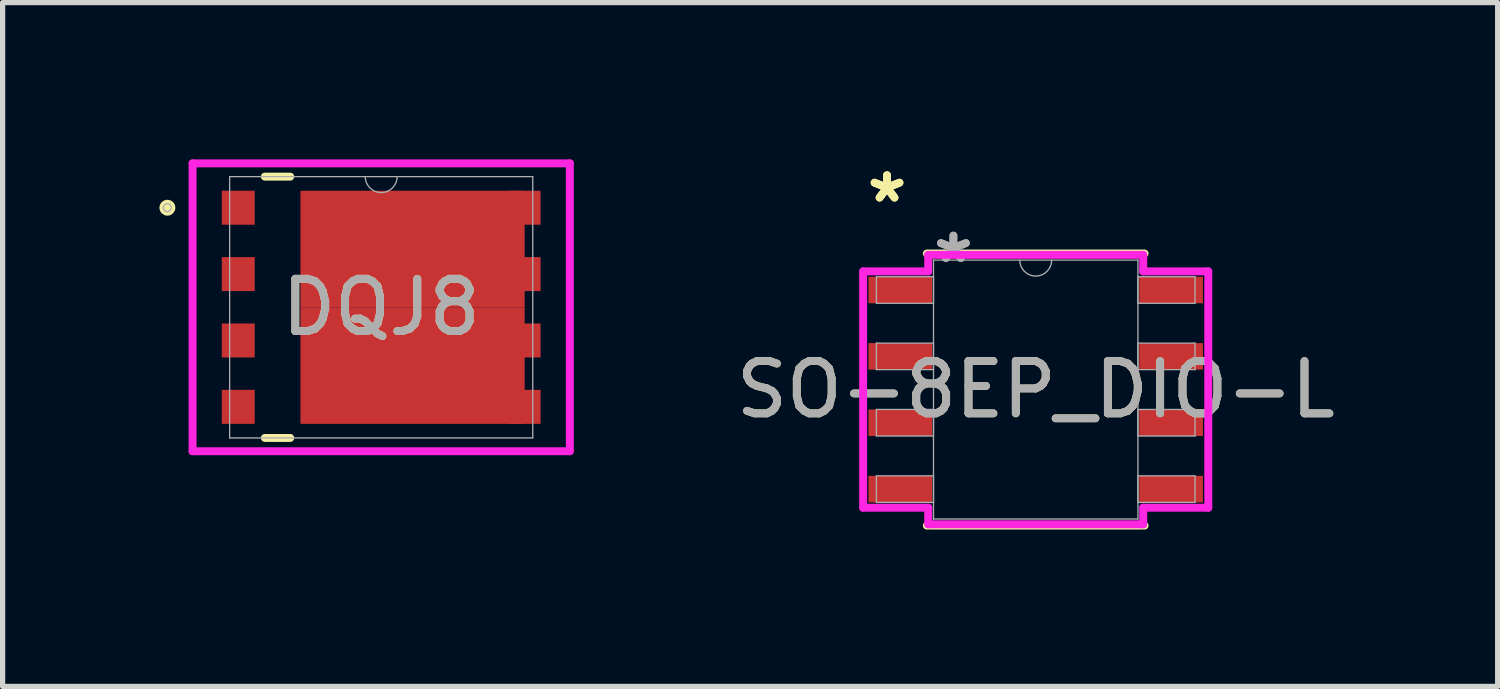
<source format=kicad_pcb>
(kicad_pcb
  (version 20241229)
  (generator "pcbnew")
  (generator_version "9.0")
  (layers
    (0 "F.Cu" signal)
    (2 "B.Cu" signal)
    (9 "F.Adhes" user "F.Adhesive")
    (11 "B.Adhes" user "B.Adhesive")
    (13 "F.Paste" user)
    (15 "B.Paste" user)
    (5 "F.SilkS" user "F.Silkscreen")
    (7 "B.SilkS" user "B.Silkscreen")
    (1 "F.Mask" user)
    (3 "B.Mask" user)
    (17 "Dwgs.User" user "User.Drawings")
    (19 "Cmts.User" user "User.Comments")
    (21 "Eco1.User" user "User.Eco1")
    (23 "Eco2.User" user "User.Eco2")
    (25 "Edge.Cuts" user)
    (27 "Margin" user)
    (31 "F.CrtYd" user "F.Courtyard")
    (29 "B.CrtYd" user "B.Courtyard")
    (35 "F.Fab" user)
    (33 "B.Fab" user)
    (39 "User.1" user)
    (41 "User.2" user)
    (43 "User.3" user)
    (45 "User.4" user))
  (footprint "SO-8EP_DIO-L"
    (layer "F.Cu")
    (at 16.768 4.404)
    (property "Reference" "SO-8EP_DIO-L" (at 0 0 0) (unlocked yes) (layer "F.SilkS") (effects (font (size 1 1) (thickness 0.15))))
    (attr smd)
    (fp_line (start -2.083 2.603) (end 2.083 2.603) (stroke (width 0.152) (type solid)) (layer "F.SilkS"))
    (fp_line (start 2.083 -2.603) (end -2.083 -2.603) (stroke (width 0.152) (type solid)) (layer "F.SilkS"))
    (fp_line (start -3.302 -2.261) (end -2.057 -2.261) (stroke (width 0.152) (type solid)) (layer "F.CrtYd"))
    (fp_line (start -3.302 2.261) (end -3.302 -2.261) (stroke (width 0.152) (type solid)) (layer "F.CrtYd"))
    (fp_line (start -3.302 2.261) (end -2.057 2.261) (stroke (width 0.152) (type solid)) (layer "F.CrtYd"))
    (fp_line (start -2.057 -2.578) (end 2.057 -2.578) (stroke (width 0.152) (type solid)) (layer "F.CrtYd"))
    (fp_line (start -2.057 -2.261) (end -2.057 -2.578) (stroke (width 0.152) (type solid)) (layer "F.CrtYd"))
    (fp_line (start -2.057 2.578) (end -2.057 2.261) (stroke (width 0.152) (type solid)) (layer "F.CrtYd"))
    (fp_line (start 2.057 -2.578) (end 2.057 -2.261) (stroke (width 0.152) (type solid)) (layer "F.CrtYd"))
    (fp_line (start 2.057 2.261) (end 2.057 2.578) (stroke (width 0.152) (type solid)) (layer "F.CrtYd"))
    (fp_line (start 2.057 2.578) (end -2.057 2.578) (stroke (width 0.152) (type solid)) (layer "F.CrtYd"))
    (fp_line (start 3.302 -2.261) (end 2.057 -2.261) (stroke (width 0.152) (type solid)) (layer "F.CrtYd"))
    (fp_line (start 3.302 -2.261) (end 3.302 2.261) (stroke (width 0.152) (type solid)) (layer "F.CrtYd"))
    (fp_line (start 3.302 2.261) (end 2.057 2.261) (stroke (width 0.152) (type solid)) (layer "F.CrtYd"))
    (fp_line (start -3.048 -2.159) (end -3.048 -1.651) (stroke (width 0.025) (type solid)) (layer "F.Fab"))
    (fp_line (start -3.048 -1.651) (end -1.956 -1.651) (stroke (width 0.025) (type solid)) (layer "F.Fab"))
    (fp_line (start -3.048 -0.889) (end -3.048 -0.381) (stroke (width 0.025) (type solid)) (layer "F.Fab"))
    (fp_line (start -3.048 -0.381) (end -1.956 -0.381) (stroke (width 0.025) (type solid)) (layer "F.Fab"))
    (fp_line (start -3.048 0.381) (end -3.048 0.889) (stroke (width 0.025) (type solid)) (layer "F.Fab"))
    (fp_line (start -3.048 0.889) (end -1.956 0.889) (stroke (width 0.025) (type solid)) (layer "F.Fab"))
    (fp_line (start -3.048 1.651) (end -3.048 2.159) (stroke (width 0.025) (type solid)) (layer "F.Fab"))
    (fp_line (start -3.048 2.159) (end -1.956 2.159) (stroke (width 0.025) (type solid)) (layer "F.Fab"))
    (fp_line (start -1.956 -2.477) (end -1.956 2.477) (stroke (width 0.025) (type solid)) (layer "F.Fab"))
    (fp_line (start -1.956 -2.159) (end -3.048 -2.159) (stroke (width 0.025) (type solid)) (layer "F.Fab"))
    (fp_line (start -1.956 -1.651) (end -1.956 -2.159) (stroke (width 0.025) (type solid)) (layer "F.Fab"))
    (fp_line (start -1.956 -0.889) (end -3.048 -0.889) (stroke (width 0.025) (type solid)) (layer "F.Fab"))
    (fp_line (start -1.956 -0.381) (end -1.956 -0.889) (stroke (width 0.025) (type solid)) (layer "F.Fab"))
    (fp_line (start -1.956 0.381) (end -3.048 0.381) (stroke (width 0.025) (type solid)) (layer "F.Fab"))
    (fp_line (start -1.956 0.889) (end -1.956 0.381) (stroke (width 0.025) (type solid)) (layer "F.Fab"))
    (fp_line (start -1.956 1.651) (end -3.048 1.651) (stroke (width 0.025) (type solid)) (layer "F.Fab"))
    (fp_line (start -1.956 2.159) (end -1.956 1.651) (stroke (width 0.025) (type solid)) (layer "F.Fab"))
    (fp_line (start -1.956 2.477) (end 1.956 2.477) (stroke (width 0.025) (type solid)) (layer "F.Fab"))
    (fp_line (start 1.956 -2.477) (end -1.956 -2.477) (stroke (width 0.025) (type solid)) (layer "F.Fab"))
    (fp_line (start 1.956 -2.159) (end 1.956 -1.651) (stroke (width 0.025) (type solid)) (layer "F.Fab"))
    (fp_line (start 1.956 -1.651) (end 3.048 -1.651) (stroke (width 0.025) (type solid)) (layer "F.Fab"))
    (fp_line (start 1.956 -0.889) (end 1.956 -0.381) (stroke (width 0.025) (type solid)) (layer "F.Fab"))
    (fp_line (start 1.956 -0.381) (end 3.048 -0.381) (stroke (width 0.025) (type solid)) (layer "F.Fab"))
    (fp_line (start 1.956 0.381) (end 1.956 0.889) (stroke (width 0.025) (type solid)) (layer "F.Fab"))
    (fp_line (start 1.956 0.889) (end 3.048 0.889) (stroke (width 0.025) (type solid)) (layer "F.Fab"))
    (fp_line (start 1.956 1.651) (end 1.956 2.159) (stroke (width 0.025) (type solid)) (layer "F.Fab"))
    (fp_line (start 1.956 2.159) (end 3.048 2.159) (stroke (width 0.025) (type solid)) (layer "F.Fab"))
    (fp_line (start 1.956 2.477) (end 1.956 -2.477) (stroke (width 0.025) (type solid)) (layer "F.Fab"))
    (fp_line (start 3.048 -2.159) (end 1.956 -2.159) (stroke (width 0.025) (type solid)) (layer "F.Fab"))
    (fp_line (start 3.048 -1.651) (end 3.048 -2.159) (stroke (width 0.025) (type solid)) (layer "F.Fab"))
    (fp_line (start 3.048 -0.889) (end 1.956 -0.889) (stroke (width 0.025) (type solid)) (layer "F.Fab"))
    (fp_line (start 3.048 -0.381) (end 3.048 -0.889) (stroke (width 0.025) (type solid)) (layer "F.Fab"))
    (fp_line (start 3.048 0.381) (end 1.956 0.381) (stroke (width 0.025) (type solid)) (layer "F.Fab"))
    (fp_line (start 3.048 0.889) (end 3.048 0.381) (stroke (width 0.025) (type solid)) (layer "F.Fab"))
    (fp_line (start 3.048 1.651) (end 1.956 1.651) (stroke (width 0.025) (type solid)) (layer "F.Fab"))
    (fp_line (start 3.048 2.159) (end 3.048 1.651) (stroke (width 0.025) (type solid)) (layer "F.Fab"))
    (fp_arc (start 0.3048 -2.4765) (mid 0 -2.1717) (end -0.3048 -2.4765) (stroke (width 0.0254) (type solid)) (layer "F.Fab"))
    (fp_text user "*" (at -2.845 -3.556 0) (unlocked yes) (layer "F.SilkS") (effects (font (size 1 1) (thickness 0.15))))
    (fp_text user "*" (at -2.845 -3.556 0) (layer "F.SilkS") (effects (font (size 1 1) (thickness 0.15))))
    (fp_text user "*" (at -1.575 -2.4 0) (unlocked yes) (layer "F.Fab") (effects (font (size 1 1) (thickness 0.15))))
    (fp_text user "${REFERENCE}" (at 0 0 0) (unlocked yes) (layer "F.Fab") (effects (font (size 1 1) (thickness 0.15))))
    (fp_text user "*" (at -1.575 -2.4 0) (layer "F.Fab") (effects (font (size 1 1) (thickness 0.15))))
    (pad "1" smd rect (at -2.591 -1.905) (size 1.219 0.508) (layers "F.Cu" "F.Mask" "F.Paste"))
    (pad "2" smd rect (at -2.591 -0.635) (size 1.219 0.508) (layers "F.Cu" "F.Mask" "F.Paste"))
    (pad "3" smd rect (at -2.591 0.635) (size 1.219 0.508) (layers "F.Cu" "F.Mask" "F.Paste"))
    (pad "4" smd rect (at -2.591 1.905) (size 1.219 0.508) (layers "F.Cu" "F.Mask" "F.Paste"))
    (pad "5" smd rect (at 2.591 1.905) (size 1.219 0.508) (layers "F.Cu" "F.Mask" "F.Paste"))
    (pad "6" smd rect (at 2.591 0.635) (size 1.219 0.508) (layers "F.Cu" "F.Mask" "F.Paste"))
    (pad "7" smd rect (at 2.591 -0.635) (size 1.219 0.508) (layers "F.Cu" "F.Mask" "F.Paste"))
    (pad "8" smd rect (at 2.591 -1.905) (size 1.219 0.508) (layers "F.Cu" "F.Mask" "F.Paste")))
  (footprint "DQJ8"
    (layer "F.Cu")
    (at 4.244 2.83)
    (property "Reference" "DQJ8" (at 0 0 0) (unlocked yes) (layer "F.SilkS") (effects (font (size 1 1) (thickness 0.15))))
    (attr smd)
    (fp_poly (pts (xy 2.745 -2.23) (xy -1.545 -2.23) (xy -1.545 0) (xy 2.745 0)) (stroke (width 0) (type solid)) (fill yes) (layer "F.Cu"))
    (fp_poly (pts (xy 2.745 2.23) (xy -1.545 2.23) (xy -1.545 0) (xy 2.745 0)) (stroke (width 0) (type solid)) (fill yes) (layer "F.Cu"))
    (fp_poly (pts (xy -3.12 -2.3) (xy -3.12 -1.51) (xy -2.35 -1.51) (xy -2.35 -2.3)) (stroke (width 0) (type solid)) (fill yes) (layer "F.Mask"))
    (fp_poly (pts (xy -3.12 -1.03) (xy -3.12 -0.24) (xy -2.35 -0.24) (xy -2.35 -1.03)) (stroke (width 0) (type solid)) (fill yes) (layer "F.Mask"))
    (fp_poly (pts (xy -3.12 0.24) (xy -3.12 1.03) (xy -2.35 1.03) (xy -2.35 0.24)) (stroke (width 0) (type solid)) (fill yes) (layer "F.Mask"))
    (fp_poly (pts (xy -3.12 1.51) (xy -3.12 2.3) (xy -2.35 2.3) (xy -2.35 1.51)) (stroke (width 0) (type solid)) (fill yes) (layer "F.Mask"))
    (fp_poly (pts (xy 2.35 -2.3) (xy 2.35 -1.51) (xy 3.12 -1.51) (xy 3.12 -2.3)) (stroke (width 0) (type solid)) (fill yes) (layer "F.Mask"))
    (fp_poly (pts (xy 2.35 -1.03) (xy 2.35 -0.24) (xy 3.12 -0.24) (xy 3.12 -1.03)) (stroke (width 0) (type solid)) (fill yes) (layer "F.Mask"))
    (fp_poly (pts (xy 2.35 0.24) (xy 2.35 1.03) (xy 3.12 1.03) (xy 3.12 0.24)) (stroke (width 0) (type solid)) (fill yes) (layer "F.Mask"))
    (fp_poly (pts (xy 2.35 1.51) (xy 2.35 2.3) (xy 3.12 2.3) (xy 3.12 1.51)) (stroke (width 0) (type solid)) (fill yes) (layer "F.Mask"))
    (fp_poly (pts (xy 2.745 -2.23) (xy -1.545 -2.23) (xy -1.545 0) (xy 2.745 0)) (stroke (width 0) (type solid)) (fill yes) (layer "F.Mask"))
    (fp_poly (pts (xy 2.745 2.23) (xy -1.545 2.23) (xy -1.545 0) (xy 2.745 0)) (stroke (width 0) (type solid)) (fill yes) (layer "F.Mask"))
    (fp_line (start -2.226 2.5) (end -1.74 2.5) (stroke (width 0.152) (type solid)) (layer "F.SilkS"))
    (fp_line (start -1.74 -2.5) (end -2.226 -2.5) (stroke (width 0.152) (type solid)) (layer "F.SilkS"))
    (fp_circle (center -4.091 -1.905) (end -4.015 -1.905) (stroke (width 0.152) (type solid)) (fill no) (layer "F.SilkS"))
    (fp_poly (pts (xy -0.18 -0.31) (xy -1.415 -0.31) (xy -1.415 -1.88) (xy -0.18 -1.88)) (stroke (width 0) (type solid)) (fill yes) (layer "F.Paste"))
    (fp_poly (pts (xy -0.18 0.31) (xy -1.415 0.31) (xy -1.415 1.88) (xy -0.18 1.88)) (stroke (width 0) (type solid)) (fill yes) (layer "F.Paste"))
    (fp_poly (pts (xy 0.32 -0.31) (xy 1.905 -0.31) (xy 1.905 -1.88) (xy 0.32 -1.88)) (stroke (width 0) (type solid)) (fill yes) (layer "F.Paste"))
    (fp_poly (pts (xy 0.32 0.31) (xy 1.905 0.31) (xy 1.905 1.88) (xy 0.32 1.88)) (stroke (width 0) (type solid)) (fill yes) (layer "F.Paste"))
    (fp_line (start -3.609 -2.754) (end 3.609 -2.754) (stroke (width 0.152) (type solid)) (layer "F.CrtYd"))
    (fp_line (start -3.609 2.754) (end -3.609 -2.754) (stroke (width 0.152) (type solid)) (layer "F.CrtYd"))
    (fp_line (start 3.609 -2.754) (end 3.609 2.754) (stroke (width 0.152) (type solid)) (layer "F.CrtYd"))
    (fp_line (start 3.609 2.754) (end -3.609 2.754) (stroke (width 0.152) (type solid)) (layer "F.CrtYd"))
    (fp_line (start -2.9 -2.5) (end -2.9 2.5) (stroke (width 0.025) (type solid)) (layer "F.Fab"))
    (fp_line (start -2.9 2.5) (end 2.9 2.5) (stroke (width 0.025) (type solid)) (layer "F.Fab"))
    (fp_line (start 2.9 -2.5) (end -2.9 -2.5) (stroke (width 0.025) (type solid)) (layer "F.Fab"))
    (fp_line (start 2.9 2.5) (end 2.9 -2.5) (stroke (width 0.025) (type solid)) (layer "F.Fab"))
    (fp_arc (start 0.3048 -2.5) (mid 0 -2.1952) (end -0.3048 -2.5) (stroke (width 0.0254) (type solid)) (layer "F.Fab"))
    (fp_circle (center -4.091 -1.905) (end -4.015 -1.905) (stroke (width 0.025) (type solid)) (fill no) (layer "F.Fab"))
    (fp_text user "${REFERENCE}" (at 0 0 0) (unlocked yes) (layer "F.Fab") (effects (font (size 1 1) (thickness 0.15))))
    (pad "1" smd rect (at -2.735 -1.905) (size 0.63 0.65) (layers "F.Cu" "F.Mask" "F.Paste"))
    (pad "2" smd rect (at -2.735 -0.635) (size 0.63 0.65) (layers "F.Cu" "F.Mask" "F.Paste"))
    (pad "3" smd rect (at -2.735 0.635) (size 0.63 0.65) (layers "F.Cu" "F.Mask" "F.Paste"))
    (pad "4" smd rect (at -2.735 1.905) (size 0.63 0.65) (layers "F.Cu" "F.Mask" "F.Paste"))
    (pad "5" smd rect (at 2.735 1.905) (size 0.63 0.65) (layers "F.Cu" "F.Mask" "F.Paste"))
    (pad "6" smd rect (at 2.735 0.635) (size 0.63 0.65) (layers "F.Cu" "F.Mask" "F.Paste"))
    (pad "7" smd rect (at 2.735 -0.635) (size 0.63 0.65) (layers "F.Cu" "F.Mask" "F.Paste"))
    (pad "8" smd rect (at 2.735 -1.905) (size 0.63 0.65) (layers "F.Cu" "F.Mask" "F.Paste")))
  (gr_rect
    (start -3 -3)
    (end 25.607 10.084)
    (stroke (width 0.1) (type default))
    (fill no)
    (layer "Edge.Cuts")))
</source>
